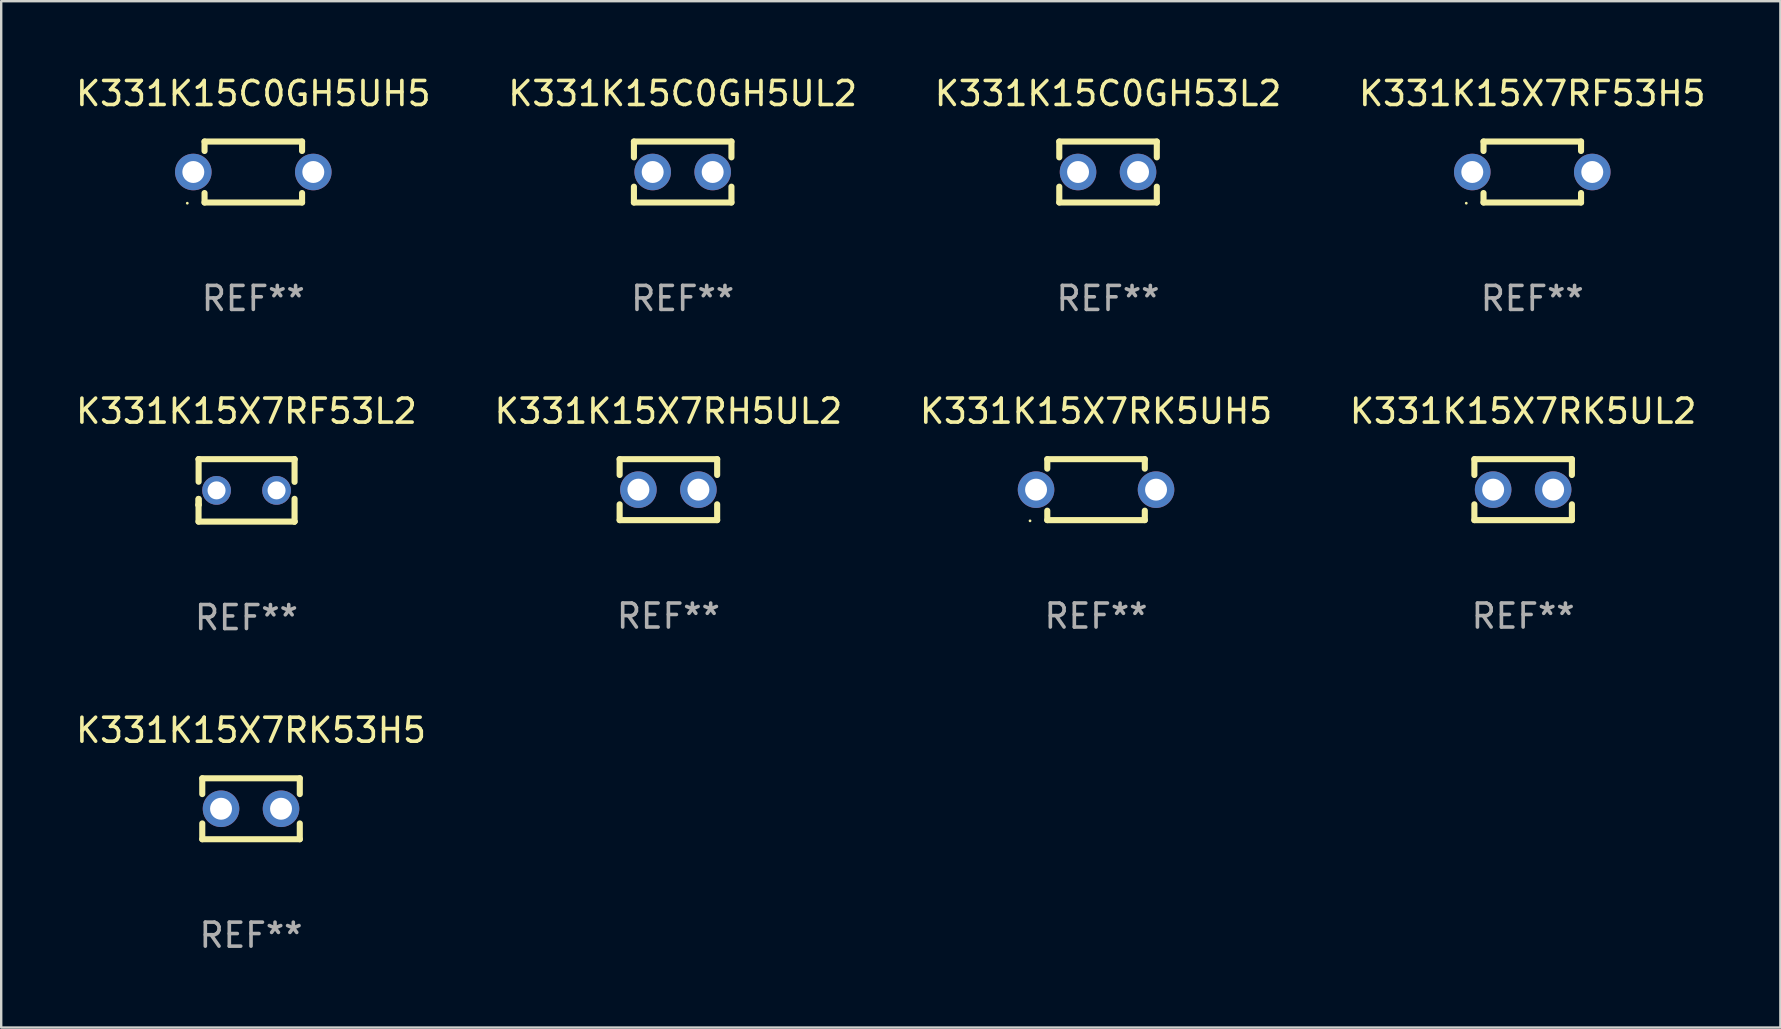
<source format=kicad_pcb>
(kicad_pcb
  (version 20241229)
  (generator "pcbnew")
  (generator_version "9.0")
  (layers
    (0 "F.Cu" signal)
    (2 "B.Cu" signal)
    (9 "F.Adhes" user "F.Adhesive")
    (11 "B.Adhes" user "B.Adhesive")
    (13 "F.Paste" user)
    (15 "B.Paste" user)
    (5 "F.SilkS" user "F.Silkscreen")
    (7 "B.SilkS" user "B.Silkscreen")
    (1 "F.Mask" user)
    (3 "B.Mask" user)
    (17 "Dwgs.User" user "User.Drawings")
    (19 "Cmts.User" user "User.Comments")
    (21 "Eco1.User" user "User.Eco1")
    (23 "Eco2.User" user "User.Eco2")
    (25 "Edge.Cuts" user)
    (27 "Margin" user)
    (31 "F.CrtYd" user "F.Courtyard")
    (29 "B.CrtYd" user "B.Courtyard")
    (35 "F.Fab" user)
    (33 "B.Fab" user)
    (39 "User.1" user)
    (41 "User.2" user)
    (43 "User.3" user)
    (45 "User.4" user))
  (footprint "K331K15C0GH5UH5"
    (layer "F.Cu")
    (at 7.506 4.118)
    (property "Reference" "K331K15C0GH5UH5" (at 0 -3.27 0) (layer "F.SilkS") (effects (font (size 1 1) (thickness 0.15))))
    (attr through_hole)
    (fp_line (start -2.032 -1.27) (end -2.032 -0.876) (stroke (width 0.254) (type solid)) (layer "F.SilkS"))
    (fp_line (start -2.032 0.876) (end -2.032 1.27) (stroke (width 0.254) (type solid)) (layer "F.SilkS"))
    (fp_line (start -2.032 1.27) (end 2.032 1.27) (stroke (width 0.254) (type solid)) (layer "F.SilkS"))
    (fp_line (start 2.032 -1.27) (end -2.032 -1.27) (stroke (width 0.254) (type solid)) (layer "F.SilkS"))
    (fp_line (start 2.032 -0.876) (end 2.032 -1.27) (stroke (width 0.254) (type solid)) (layer "F.SilkS"))
    (fp_line (start 2.032 1.27) (end 2.032 0.876) (stroke (width 0.254) (type solid)) (layer "F.SilkS"))
    (fp_circle (center -2.751 1.3) (end -2.721 1.3) (stroke (width 0.06) (type solid)) (fill no) (layer "F.SilkS"))
    (fp_text user "REF**" (at 0 5.27 0) (layer "F.Fab") (effects (font (size 1 1) (thickness 0.15))))
    (pad "1" thru_hole circle (at -2.5 0) (size 1.524 1.524) (drill 0.914) (layers "*.Cu" "*.Mask"))
    (pad "2" thru_hole circle (at 2.5 0) (size 1.524 1.524) (drill 0.914) (layers "*.Cu" "*.Mask")))
  (footprint "K331K15X7RH5UL2"
    (layer "F.Cu")
    (at 24.804 17.355)
    (property "Reference" "K331K15X7RH5UL2" (at 0 -3.27 0) (layer "F.SilkS") (effects (font (size 1 1) (thickness 0.15))))
    (attr through_hole)
    (fp_line (start -2.032 -1.27) (end -2.032 -0.611) (stroke (width 0.254) (type solid)) (layer "F.SilkS"))
    (fp_line (start -2.032 0.611) (end -2.032 1.27) (stroke (width 0.254) (type solid)) (layer "F.SilkS"))
    (fp_line (start -2.032 1.27) (end 2.032 1.27) (stroke (width 0.254) (type solid)) (layer "F.SilkS"))
    (fp_line (start 2.032 -1.27) (end -2.032 -1.27) (stroke (width 0.254) (type solid)) (layer "F.SilkS"))
    (fp_line (start 2.032 -0.611) (end 2.032 -1.27) (stroke (width 0.254) (type solid)) (layer "F.SilkS"))
    (fp_line (start 2.032 1.27) (end 2.032 0.611) (stroke (width 0.254) (type solid)) (layer "F.SilkS"))
    (fp_circle (center -2 1.3) (end -1.97 1.3) (stroke (width 0.06) (type solid)) (fill no) (layer "F.SilkS"))
    (fp_text user "REF**" (at 0 5.27 0) (layer "F.Fab") (effects (font (size 1 1) (thickness 0.15))))
    (pad "1" thru_hole circle (at -1.25 0) (size 1.524 1.524) (drill 0.914) (layers "*.Cu" "*.Mask"))
    (pad "2" thru_hole circle (at 1.25 0) (size 1.524 1.524) (drill 0.914) (layers "*.Cu" "*.Mask")))
  (footprint "K331K15C0GH53L2"
    (layer "F.Cu")
    (at 43.125 4.118)
    (property "Reference" "K331K15C0GH53L2" (at 0 -3.27 0) (layer "F.SilkS") (effects (font (size 1 1) (thickness 0.15))))
    (attr through_hole)
    (fp_line (start -2.032 -1.27) (end -2.032 -0.611) (stroke (width 0.254) (type solid)) (layer "F.SilkS"))
    (fp_line (start -2.032 0.611) (end -2.032 1.27) (stroke (width 0.254) (type solid)) (layer "F.SilkS"))
    (fp_line (start -2.032 1.27) (end 2.032 1.27) (stroke (width 0.254) (type solid)) (layer "F.SilkS"))
    (fp_line (start 2.032 -1.27) (end -2.032 -1.27) (stroke (width 0.254) (type solid)) (layer "F.SilkS"))
    (fp_line (start 2.032 -0.611) (end 2.032 -1.27) (stroke (width 0.254) (type solid)) (layer "F.SilkS"))
    (fp_line (start 2.032 1.27) (end 2.032 0.611) (stroke (width 0.254) (type solid)) (layer "F.SilkS"))
    (fp_circle (center -2 1.3) (end -1.97 1.3) (stroke (width 0.06) (type solid)) (fill no) (layer "F.SilkS"))
    (fp_text user "REF**" (at 0 5.27 0) (layer "F.Fab") (effects (font (size 1 1) (thickness 0.15))))
    (pad "1" thru_hole circle (at -1.25 0) (size 1.524 1.524) (drill 0.914) (layers "*.Cu" "*.Mask"))
    (pad "2" thru_hole circle (at 1.25 0) (size 1.524 1.524) (drill 0.914) (layers "*.Cu" "*.Mask")))
  (footprint "K331K15X7RK53H5"
    (layer "F.Cu")
    (at 7.411 30.653)
    (property "Reference" "K331K15X7RK53H5" (at 0 -3.27 0) (layer "F.SilkS") (effects (font (size 1 1) (thickness 0.15))))
    (attr through_hole)
    (fp_line (start -2.032 -1.27) (end -2.032 -0.611) (stroke (width 0.254) (type solid)) (layer "F.SilkS"))
    (fp_line (start -2.032 0.611) (end -2.032 1.27) (stroke (width 0.254) (type solid)) (layer "F.SilkS"))
    (fp_line (start -2.032 1.27) (end 2.032 1.27) (stroke (width 0.254) (type solid)) (layer "F.SilkS"))
    (fp_line (start 2.032 -1.27) (end -2.032 -1.27) (stroke (width 0.254) (type solid)) (layer "F.SilkS"))
    (fp_line (start 2.032 -0.611) (end 2.032 -1.27) (stroke (width 0.254) (type solid)) (layer "F.SilkS"))
    (fp_line (start 2.032 1.27) (end 2.032 0.611) (stroke (width 0.254) (type solid)) (layer "F.SilkS"))
    (fp_circle (center -2 1.3) (end -1.97 1.3) (stroke (width 0.06) (type solid)) (fill no) (layer "F.SilkS"))
    (fp_text user "REF**" (at 0 5.27 0) (layer "F.Fab") (effects (font (size 1 1) (thickness 0.15))))
    (pad "1" thru_hole circle (at -1.25 0) (size 1.524 1.524) (drill 0.914) (layers "*.Cu" "*.Mask"))
    (pad "2" thru_hole circle (at 1.25 0) (size 1.524 1.524) (drill 0.914) (layers "*.Cu" "*.Mask")))
  (footprint "K331K15X7RK5UL2"
    (layer "F.Cu")
    (at 60.423 17.355)
    (property "Reference" "K331K15X7RK5UL2" (at 0 -3.27 0) (layer "F.SilkS") (effects (font (size 1 1) (thickness 0.15))))
    (attr through_hole)
    (fp_line (start -2.032 -1.27) (end -2.032 -0.611) (stroke (width 0.254) (type solid)) (layer "F.SilkS"))
    (fp_line (start -2.032 0.611) (end -2.032 1.27) (stroke (width 0.254) (type solid)) (layer "F.SilkS"))
    (fp_line (start -2.032 1.27) (end 2.032 1.27) (stroke (width 0.254) (type solid)) (layer "F.SilkS"))
    (fp_line (start 2.032 -1.27) (end -2.032 -1.27) (stroke (width 0.254) (type solid)) (layer "F.SilkS"))
    (fp_line (start 2.032 -0.611) (end 2.032 -1.27) (stroke (width 0.254) (type solid)) (layer "F.SilkS"))
    (fp_line (start 2.032 1.27) (end 2.032 0.611) (stroke (width 0.254) (type solid)) (layer "F.SilkS"))
    (fp_circle (center -2 1.3) (end -1.97 1.3) (stroke (width 0.06) (type solid)) (fill no) (layer "F.SilkS"))
    (fp_text user "REF**" (at 0 5.27 0) (layer "F.Fab") (effects (font (size 1 1) (thickness 0.15))))
    (pad "1" thru_hole circle (at -1.25 0) (size 1.524 1.524) (drill 0.914) (layers "*.Cu" "*.Mask"))
    (pad "2" thru_hole circle (at 1.25 0) (size 1.524 1.524) (drill 0.914) (layers "*.Cu" "*.Mask")))
  (footprint "K331K15X7RF53H5"
    (layer "F.Cu")
    (at 60.804 4.118)
    (property "Reference" "K331K15X7RF53H5" (at 0 -3.27 0) (layer "F.SilkS") (effects (font (size 1 1) (thickness 0.15))))
    (attr through_hole)
    (fp_line (start -2.032 -1.27) (end -2.032 -0.876) (stroke (width 0.254) (type solid)) (layer "F.SilkS"))
    (fp_line (start -2.032 0.876) (end -2.032 1.27) (stroke (width 0.254) (type solid)) (layer "F.SilkS"))
    (fp_line (start -2.032 1.27) (end 2.032 1.27) (stroke (width 0.254) (type solid)) (layer "F.SilkS"))
    (fp_line (start 2.032 -1.27) (end -2.032 -1.27) (stroke (width 0.254) (type solid)) (layer "F.SilkS"))
    (fp_line (start 2.032 -0.876) (end 2.032 -1.27) (stroke (width 0.254) (type solid)) (layer "F.SilkS"))
    (fp_line (start 2.032 1.27) (end 2.032 0.876) (stroke (width 0.254) (type solid)) (layer "F.SilkS"))
    (fp_circle (center -2.751 1.3) (end -2.721 1.3) (stroke (width 0.06) (type solid)) (fill no) (layer "F.SilkS"))
    (fp_text user "REF**" (at 0 5.27 0) (layer "F.Fab") (effects (font (size 1 1) (thickness 0.15))))
    (pad "1" thru_hole circle (at -2.5 0) (size 1.524 1.524) (drill 0.914) (layers "*.Cu" "*.Mask"))
    (pad "2" thru_hole circle (at 2.5 0) (size 1.524 1.524) (drill 0.914) (layers "*.Cu" "*.Mask")))
  (footprint "K331K15X7RF53L2"
    (layer "F.Cu")
    (at 7.22 17.386)
    (property "Reference" "K331K15X7RF53L2" (at 0 -3.301 0) (layer "F.SilkS") (effects (font (size 1 1) (thickness 0.15))))
    (attr through_hole)
    (fp_line (start -1.996 0.354) (end -1.996 1.301) (stroke (width 0.254) (type solid)) (layer "F.SilkS"))
    (fp_line (start -1.996 1.301) (end 2.002 1.301) (stroke (width 0.254) (type solid)) (layer "F.SilkS"))
    (fp_line (start -1.993 -1.299) (end -1.993 -0.36) (stroke (width 0.254) (type solid)) (layer "F.SilkS"))
    (fp_line (start -1.993 0.358) (end -1.993 0.599) (stroke (width 0.254) (type solid)) (layer "F.SilkS"))
    (fp_line (start -1.993 0.599) (end -2.005 0.61) (stroke (width 0.254) (type solid)) (layer "F.SilkS"))
    (fp_line (start -1.992 -1.301) (end -1.993 -1.299) (stroke (width 0.254) (type solid)) (layer "F.SilkS"))
    (fp_line (start 2.002 1.301) (end 2.005 1.298) (stroke (width 0.254) (type solid)) (layer "F.SilkS"))
    (fp_line (start 2.003 -1.301) (end -1.992 -1.301) (stroke (width 0.254) (type solid)) (layer "F.SilkS"))
    (fp_line (start 2.005 -1.299) (end 2.003 -1.301) (stroke (width 0.254) (type solid)) (layer "F.SilkS"))
    (fp_line (start 2.005 -0.355) (end 2.005 -1.299) (stroke (width 0.254) (type solid)) (layer "F.SilkS"))
    (fp_line (start 2.005 1.298) (end 2.005 0.352) (stroke (width 0.254) (type solid)) (layer "F.SilkS"))
    (fp_circle (center -1.996 1.299) (end -1.966 1.299) (stroke (width 0.06) (type solid)) (fill no) (layer "F.SilkS"))
    (fp_text user "REF**" (at 0 5.301 0) (layer "F.Fab") (effects (font (size 1 1) (thickness 0.15))))
    (pad "1" thru_hole circle (at -1.246 -0.001) (size 1.2 1.2) (drill 0.75) (layers "*.Cu" "*.Mask"))
    (pad "2" thru_hole circle (at 1.255 -0.001) (size 1.2 1.2) (drill 0.75) (layers "*.Cu" "*.Mask")))
  (footprint "K331K15C0GH5UL2"
    (layer "F.Cu")
    (at 25.399 4.118)
    (property "Reference" "K331K15C0GH5UL2" (at 0 -3.27 0) (layer "F.SilkS") (effects (font (size 1 1) (thickness 0.15))))
    (attr through_hole)
    (fp_line (start -2.032 -1.27) (end -2.032 -0.611) (stroke (width 0.254) (type solid)) (layer "F.SilkS"))
    (fp_line (start -2.032 0.611) (end -2.032 1.27) (stroke (width 0.254) (type solid)) (layer "F.SilkS"))
    (fp_line (start -2.032 1.27) (end 2.032 1.27) (stroke (width 0.254) (type solid)) (layer "F.SilkS"))
    (fp_line (start 2.032 -1.27) (end -2.032 -1.27) (stroke (width 0.254) (type solid)) (layer "F.SilkS"))
    (fp_line (start 2.032 -0.611) (end 2.032 -1.27) (stroke (width 0.254) (type solid)) (layer "F.SilkS"))
    (fp_line (start 2.032 1.27) (end 2.032 0.611) (stroke (width 0.254) (type solid)) (layer "F.SilkS"))
    (fp_circle (center -2 1.3) (end -1.97 1.3) (stroke (width 0.06) (type solid)) (fill no) (layer "F.SilkS"))
    (fp_text user "REF**" (at 0 5.27 0) (layer "F.Fab") (effects (font (size 1 1) (thickness 0.15))))
    (pad "1" thru_hole circle (at -1.25 0) (size 1.524 1.524) (drill 0.914) (layers "*.Cu" "*.Mask"))
    (pad "2" thru_hole circle (at 1.25 0) (size 1.524 1.524) (drill 0.914) (layers "*.Cu" "*.Mask")))
  (footprint "K331K15X7RK5UH5"
    (layer "F.Cu")
    (at 42.625 17.355)
    (property "Reference" "K331K15X7RK5UH5" (at 0 -3.27 0) (layer "F.SilkS") (effects (font (size 1 1) (thickness 0.15))))
    (attr through_hole)
    (fp_line (start -2.032 -1.27) (end -2.032 -0.876) (stroke (width 0.254) (type solid)) (layer "F.SilkS"))
    (fp_line (start -2.032 0.876) (end -2.032 1.27) (stroke (width 0.254) (type solid)) (layer "F.SilkS"))
    (fp_line (start -2.032 1.27) (end 2.032 1.27) (stroke (width 0.254) (type solid)) (layer "F.SilkS"))
    (fp_line (start 2.032 -1.27) (end -2.032 -1.27) (stroke (width 0.254) (type solid)) (layer "F.SilkS"))
    (fp_line (start 2.032 -0.876) (end 2.032 -1.27) (stroke (width 0.254) (type solid)) (layer "F.SilkS"))
    (fp_line (start 2.032 1.27) (end 2.032 0.876) (stroke (width 0.254) (type solid)) (layer "F.SilkS"))
    (fp_circle (center -2.751 1.3) (end -2.721 1.3) (stroke (width 0.06) (type solid)) (fill no) (layer "F.SilkS"))
    (fp_text user "REF**" (at 0 5.27 0) (layer "F.Fab") (effects (font (size 1 1) (thickness 0.15))))
    (pad "1" thru_hole circle (at -2.5 0) (size 1.524 1.524) (drill 0.914) (layers "*.Cu" "*.Mask"))
    (pad "2" thru_hole circle (at 2.5 0) (size 1.524 1.524) (drill 0.914) (layers "*.Cu" "*.Mask")))
  (gr_rect
    (start -3 -3)
    (end 71.143 39.771)
    (stroke (width 0.1) (type default))
    (fill no)
    (layer "Edge.Cuts")))
</source>
